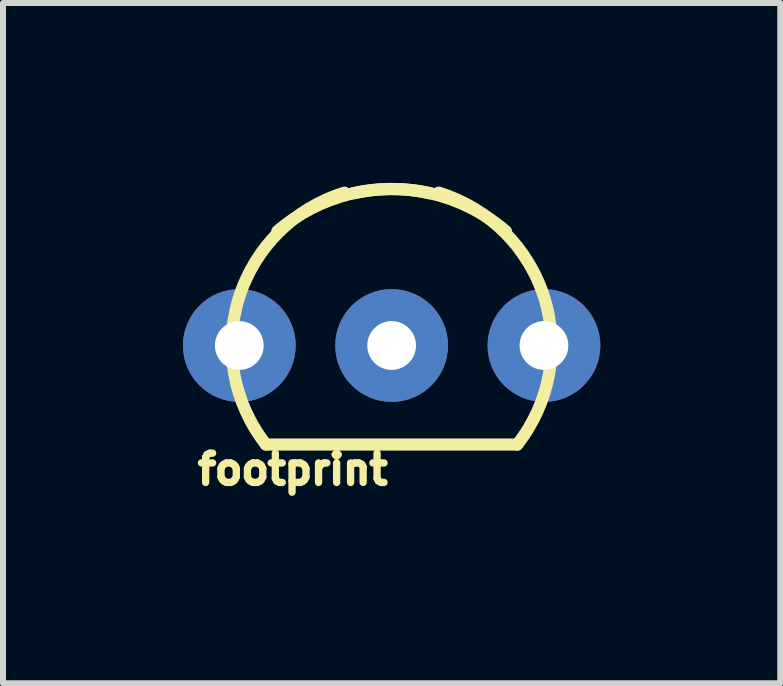
<source format=kicad_pcb>
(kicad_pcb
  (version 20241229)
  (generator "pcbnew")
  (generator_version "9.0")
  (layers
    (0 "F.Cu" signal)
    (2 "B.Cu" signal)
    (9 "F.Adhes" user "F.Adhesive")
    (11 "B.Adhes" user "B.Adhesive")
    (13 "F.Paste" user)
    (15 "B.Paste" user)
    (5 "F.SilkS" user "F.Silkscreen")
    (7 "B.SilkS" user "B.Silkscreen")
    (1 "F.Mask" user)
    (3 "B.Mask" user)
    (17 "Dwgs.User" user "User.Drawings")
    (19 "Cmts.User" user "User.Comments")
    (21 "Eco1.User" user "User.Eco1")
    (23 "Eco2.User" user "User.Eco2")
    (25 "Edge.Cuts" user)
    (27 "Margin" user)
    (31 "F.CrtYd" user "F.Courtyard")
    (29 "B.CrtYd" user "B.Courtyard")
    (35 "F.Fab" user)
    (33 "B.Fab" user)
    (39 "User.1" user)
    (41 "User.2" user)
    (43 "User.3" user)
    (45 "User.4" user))
  (footprint "footprint"
    (layer "F.Cu")
    (at 3.48 2.711)
    (property "Reference" "footprint" (at 0 1.778 0) (layer "F.SilkS") (effects (font (size 0.488 0.488) (thickness 0.122)) (justify right top)))
    (fp_line (start -2.095 1.651) (end 2.095 1.651) (stroke (width 0.203) (type solid)) (layer "F.SilkS"))
    (fp_arc (start -2.0946 1.651) (mid -2.54634 -0.793276) (end -0.786301 -2.548501) (stroke (width 0.2032) (type solid)) (layer "F.SilkS"))
    (fp_arc (start -1.905 -1.905) (mid -0.709952 -2.522306) (end 0.635 -2.54) (stroke (width 0.2032) (type solid)) (layer "F.SilkS"))
    (fp_arc (start -0.635 -2.54) (mid 0 -2.609705) (end 0.635 -2.54) (stroke (width 0.2032) (type solid)) (layer "F.SilkS"))
    (fp_arc (start 0.635 -2.54) (mid 1.309086 -2.300672) (end 1.905 -1.905) (stroke (width 0.2032) (type solid)) (layer "F.SilkS"))
    (fp_arc (start 0.7863 -2.5484) (mid 2.54627 -0.793202) (end 2.0945 1.650999) (stroke (width 0.2032) (type solid)) (layer "F.SilkS"))
    (pad "1" thru_hole circle (at -2.54 0) (size 1.88 1.88) (drill 0.813) (layers "*.Cu" "*.Mask"))
    (pad "2" thru_hole circle (at 0 0) (size 1.88 1.88) (drill 0.813) (layers "*.Cu" "*.Mask"))
    (pad "3" thru_hole circle (at 2.54 0) (size 1.88 1.88) (drill 0.813) (layers "*.Cu" "*.Mask")))
  (gr_rect
    (start -3 -3)
    (end 9.96 8.343)
    (stroke (width 0.1) (type default))
    (fill no)
    (layer "Edge.Cuts")))
</source>
